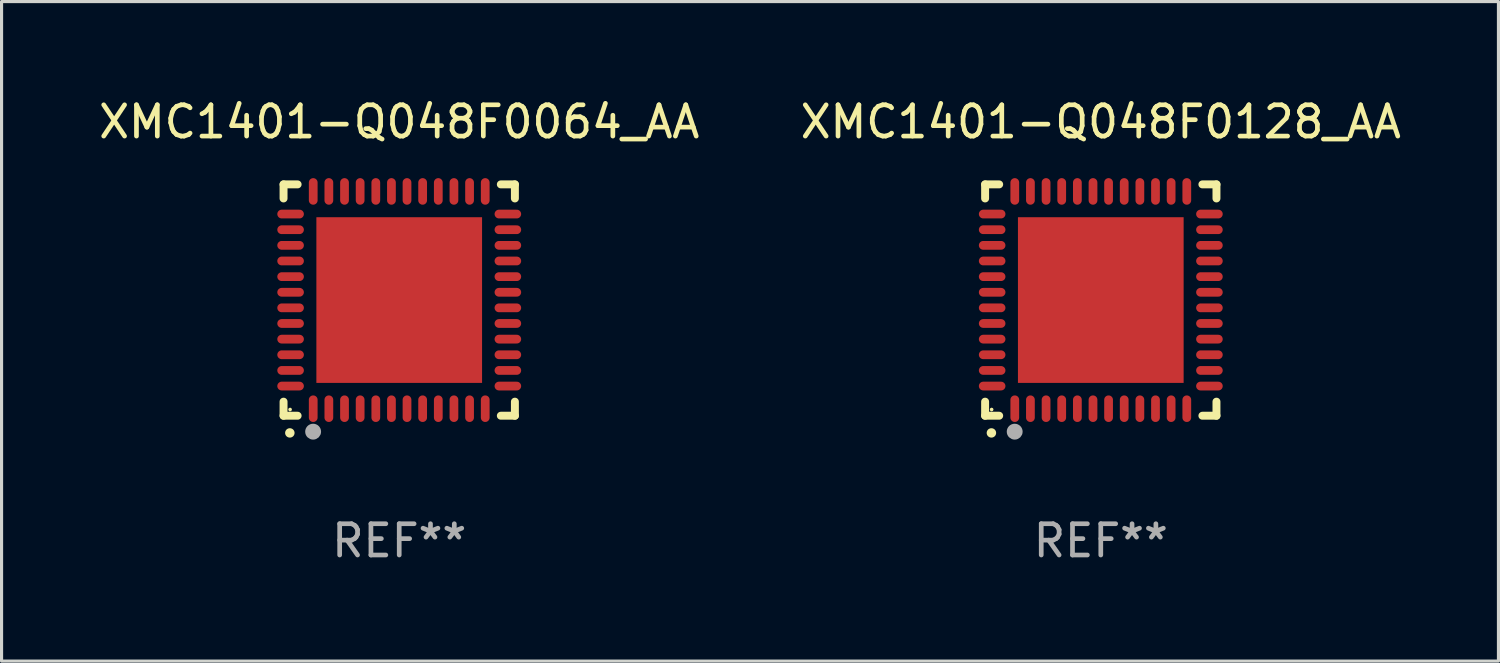
<source format=kicad_pcb>
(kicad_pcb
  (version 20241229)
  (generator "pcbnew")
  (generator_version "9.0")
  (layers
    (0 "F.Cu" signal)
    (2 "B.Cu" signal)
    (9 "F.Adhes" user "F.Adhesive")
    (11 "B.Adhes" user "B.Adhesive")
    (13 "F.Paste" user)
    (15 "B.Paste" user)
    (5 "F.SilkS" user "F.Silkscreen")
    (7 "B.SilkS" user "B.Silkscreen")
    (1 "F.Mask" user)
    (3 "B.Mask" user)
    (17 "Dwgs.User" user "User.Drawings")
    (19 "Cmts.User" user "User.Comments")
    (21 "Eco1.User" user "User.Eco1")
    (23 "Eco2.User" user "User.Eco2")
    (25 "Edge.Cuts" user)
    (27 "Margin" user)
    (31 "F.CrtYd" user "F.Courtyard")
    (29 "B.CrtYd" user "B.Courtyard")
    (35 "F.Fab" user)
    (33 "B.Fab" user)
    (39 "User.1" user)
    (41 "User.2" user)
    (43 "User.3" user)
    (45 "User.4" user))
  (footprint "XMC1401-Q048F0128_AA"
    (layer "F.Cu")
    (at 32.161 6.548)
    (property "Reference" "XMC1401-Q048F0128_AA" (at 0 -5.7 0) (layer "F.SilkS") (effects (font (size 1 1) (thickness 0.15))))
    (attr through_hole)
    (fp_line (start -3.7 -3.7) (end -3.25 -3.7) (stroke (width 0.254) (type solid)) (layer "F.SilkS"))
    (fp_line (start -3.7 -3.25) (end -3.7 -3.7) (stroke (width 0.254) (type solid)) (layer "F.SilkS"))
    (fp_line (start -3.7 3.7) (end -3.7 3.25) (stroke (width 0.254) (type solid)) (layer "F.SilkS"))
    (fp_line (start -3.25 3.7) (end -3.7 3.7) (stroke (width 0.254) (type solid)) (layer "F.SilkS"))
    (fp_line (start 3.25 3.7) (end 3.7 3.7) (stroke (width 0.254) (type solid)) (layer "F.SilkS"))
    (fp_line (start 3.7 -3.7) (end 3.25 -3.7) (stroke (width 0.254) (type solid)) (layer "F.SilkS"))
    (fp_line (start 3.7 -3.25) (end 3.7 -3.7) (stroke (width 0.254) (type solid)) (layer "F.SilkS"))
    (fp_line (start 3.7 3.7) (end 3.7 3.25) (stroke (width 0.254) (type solid)) (layer "F.SilkS"))
    (fp_arc (start -3.500127 4.249428) (mid -3.498857 4.249423) (end -3.497587 4.249428) (stroke (width 0.3) (type solid)) (layer "F.SilkS"))
    (fp_circle (center -3.491 3.501) (end -3.461 3.501) (stroke (width 0.06) (type solid)) (fill no) (layer "F.SilkS"))
    (fp_circle (center -2.754 4.21) (end -2.627 4.21) (stroke (width 0.254) (type solid)) (fill no) (layer "F.Fab"))
    (fp_text user "REF**" (at 0 7.7 0) (layer "F.Fab") (effects (font (size 1 1) (thickness 0.15))))
    (pad "1" smd oval (at -2.751 3.475) (size 0.28 0.85) (layers "F.Cu" "F.Mask" "F.Paste"))
    (pad "2" smd oval (at -2.251 3.475) (size 0.28 0.85) (layers "F.Cu" "F.Mask" "F.Paste"))
    (pad "3" smd oval (at -1.75 3.475) (size 0.28 0.85) (layers "F.Cu" "F.Mask" "F.Paste"))
    (pad "4" smd oval (at -1.25 3.475) (size 0.28 0.85) (layers "F.Cu" "F.Mask" "F.Paste"))
    (pad "5" smd oval (at -0.749 3.475) (size 0.28 0.85) (layers "F.Cu" "F.Mask" "F.Paste"))
    (pad "6" smd oval (at -0.249 3.475) (size 0.28 0.85) (layers "F.Cu" "F.Mask" "F.Paste"))
    (pad "7" smd oval (at 0.249 3.475) (size 0.28 0.85) (layers "F.Cu" "F.Mask" "F.Paste"))
    (pad "8" smd oval (at 0.749 3.475) (size 0.28 0.85) (layers "F.Cu" "F.Mask" "F.Paste"))
    (pad "9" smd oval (at 1.25 3.475) (size 0.28 0.85) (layers "F.Cu" "F.Mask" "F.Paste"))
    (pad "10" smd oval (at 1.75 3.475) (size 0.28 0.85) (layers "F.Cu" "F.Mask" "F.Paste"))
    (pad "11" smd oval (at 2.25 3.475) (size 0.28 0.85) (layers "F.Cu" "F.Mask" "F.Paste"))
    (pad "12" smd oval (at 2.751 3.475) (size 0.28 0.85) (layers "F.Cu" "F.Mask" "F.Paste"))
    (pad "13" smd oval (at 3.475 2.751) (size 0.85 0.28) (layers "F.Cu" "F.Mask" "F.Paste"))
    (pad "14" smd oval (at 3.475 2.251) (size 0.85 0.28) (layers "F.Cu" "F.Mask" "F.Paste"))
    (pad "15" smd oval (at 3.475 1.75) (size 0.85 0.28) (layers "F.Cu" "F.Mask" "F.Paste"))
    (pad "16" smd oval (at 3.475 1.25) (size 0.85 0.28) (layers "F.Cu" "F.Mask" "F.Paste"))
    (pad "17" smd oval (at 3.475 0.749) (size 0.85 0.28) (layers "F.Cu" "F.Mask" "F.Paste"))
    (pad "18" smd oval (at 3.475 0.249) (size 0.85 0.28) (layers "F.Cu" "F.Mask" "F.Paste"))
    (pad "19" smd oval (at 3.475 -0.249) (size 0.85 0.28) (layers "F.Cu" "F.Mask" "F.Paste"))
    (pad "20" smd oval (at 3.475 -0.749) (size 0.85 0.28) (layers "F.Cu" "F.Mask" "F.Paste"))
    (pad "21" smd oval (at 3.475 -1.25) (size 0.85 0.28) (layers "F.Cu" "F.Mask" "F.Paste"))
    (pad "22" smd oval (at 3.475 -1.75) (size 0.85 0.28) (layers "F.Cu" "F.Mask" "F.Paste"))
    (pad "23" smd oval (at 3.475 -2.25) (size 0.85 0.28) (layers "F.Cu" "F.Mask" "F.Paste"))
    (pad "24" smd oval (at 3.475 -2.751) (size 0.85 0.28) (layers "F.Cu" "F.Mask" "F.Paste"))
    (pad "25" smd oval (at 2.751 -3.475) (size 0.28 0.85) (layers "F.Cu" "F.Mask" "F.Paste"))
    (pad "26" smd oval (at 2.25 -3.475) (size 0.28 0.85) (layers "F.Cu" "F.Mask" "F.Paste"))
    (pad "27" smd oval (at 1.75 -3.475) (size 0.28 0.85) (layers "F.Cu" "F.Mask" "F.Paste"))
    (pad "28" smd oval (at 1.25 -3.475) (size 0.28 0.85) (layers "F.Cu" "F.Mask" "F.Paste"))
    (pad "29" smd oval (at 0.749 -3.475) (size 0.28 0.85) (layers "F.Cu" "F.Mask" "F.Paste"))
    (pad "30" smd oval (at 0.249 -3.475) (size 0.28 0.85) (layers "F.Cu" "F.Mask" "F.Paste"))
    (pad "31" smd oval (at -0.249 -3.475) (size 0.28 0.85) (layers "F.Cu" "F.Mask" "F.Paste"))
    (pad "32" smd oval (at -0.749 -3.475) (size 0.28 0.85) (layers "F.Cu" "F.Mask" "F.Paste"))
    (pad "33" smd oval (at -1.25 -3.475) (size 0.28 0.85) (layers "F.Cu" "F.Mask" "F.Paste"))
    (pad "34" smd oval (at -1.75 -3.475) (size 0.28 0.85) (layers "F.Cu" "F.Mask" "F.Paste"))
    (pad "35" smd oval (at -2.251 -3.475) (size 0.28 0.85) (layers "F.Cu" "F.Mask" "F.Paste"))
    (pad "36" smd oval (at -2.751 -3.475) (size 0.28 0.85) (layers "F.Cu" "F.Mask" "F.Paste"))
    (pad "37" smd oval (at -3.475 -2.751) (size 0.85 0.28) (layers "F.Cu" "F.Mask" "F.Paste"))
    (pad "38" smd oval (at -3.475 -2.25) (size 0.85 0.28) (layers "F.Cu" "F.Mask" "F.Paste"))
    (pad "39" smd oval (at -3.475 -1.75) (size 0.85 0.28) (layers "F.Cu" "F.Mask" "F.Paste"))
    (pad "40" smd oval (at -3.475 -1.25) (size 0.85 0.28) (layers "F.Cu" "F.Mask" "F.Paste"))
    (pad "41" smd oval (at -3.475 -0.749) (size 0.85 0.28) (layers "F.Cu" "F.Mask" "F.Paste"))
    (pad "42" smd oval (at -3.475 -0.249) (size 0.85 0.28) (layers "F.Cu" "F.Mask" "F.Paste"))
    (pad "43" smd oval (at -3.475 0.249) (size 0.85 0.28) (layers "F.Cu" "F.Mask" "F.Paste"))
    (pad "44" smd oval (at -3.475 0.749) (size 0.85 0.28) (layers "F.Cu" "F.Mask" "F.Paste"))
    (pad "45" smd oval (at -3.475 1.25) (size 0.85 0.28) (layers "F.Cu" "F.Mask" "F.Paste"))
    (pad "46" smd oval (at -3.475 1.75) (size 0.85 0.28) (layers "F.Cu" "F.Mask" "F.Paste"))
    (pad "47" smd oval (at -3.475 2.251) (size 0.85 0.28) (layers "F.Cu" "F.Mask" "F.Paste"))
    (pad "48" smd oval (at -3.475 2.751) (size 0.85 0.28) (layers "F.Cu" "F.Mask" "F.Paste"))
    (pad "49" smd rect (at -0.000102 0.000102) (size 5.3 5.3) (layers "F.Cu" "F.Mask" "F.Paste")))
  (footprint "XMC1401-Q048F0064_AA"
    (layer "F.Cu")
    (at 9.72 6.548)
    (property "Reference" "XMC1401-Q048F0064_AA" (at 0 -5.7 0) (layer "F.SilkS") (effects (font (size 1 1) (thickness 0.15))))
    (attr through_hole)
    (fp_line (start -3.7 -3.7) (end -3.25 -3.7) (stroke (width 0.254) (type solid)) (layer "F.SilkS"))
    (fp_line (start -3.7 -3.25) (end -3.7 -3.7) (stroke (width 0.254) (type solid)) (layer "F.SilkS"))
    (fp_line (start -3.7 3.7) (end -3.7 3.25) (stroke (width 0.254) (type solid)) (layer "F.SilkS"))
    (fp_line (start -3.25 3.7) (end -3.7 3.7) (stroke (width 0.254) (type solid)) (layer "F.SilkS"))
    (fp_line (start 3.25 3.7) (end 3.7 3.7) (stroke (width 0.254) (type solid)) (layer "F.SilkS"))
    (fp_line (start 3.7 -3.7) (end 3.25 -3.7) (stroke (width 0.254) (type solid)) (layer "F.SilkS"))
    (fp_line (start 3.7 -3.25) (end 3.7 -3.7) (stroke (width 0.254) (type solid)) (layer "F.SilkS"))
    (fp_line (start 3.7 3.7) (end 3.7 3.25) (stroke (width 0.254) (type solid)) (layer "F.SilkS"))
    (fp_arc (start -3.500127 4.249428) (mid -3.498857 4.249423) (end -3.497587 4.249428) (stroke (width 0.3) (type solid)) (layer "F.SilkS"))
    (fp_circle (center -3.491 3.501) (end -3.461 3.501) (stroke (width 0.06) (type solid)) (fill no) (layer "F.SilkS"))
    (fp_circle (center -2.754 4.21) (end -2.627 4.21) (stroke (width 0.254) (type solid)) (fill no) (layer "F.Fab"))
    (fp_text user "REF**" (at 0 7.7 0) (layer "F.Fab") (effects (font (size 1 1) (thickness 0.15))))
    (pad "1" smd oval (at -2.751 3.475) (size 0.28 0.85) (layers "F.Cu" "F.Mask" "F.Paste"))
    (pad "2" smd oval (at -2.251 3.475) (size 0.28 0.85) (layers "F.Cu" "F.Mask" "F.Paste"))
    (pad "3" smd oval (at -1.75 3.475) (size 0.28 0.85) (layers "F.Cu" "F.Mask" "F.Paste"))
    (pad "4" smd oval (at -1.25 3.475) (size 0.28 0.85) (layers "F.Cu" "F.Mask" "F.Paste"))
    (pad "5" smd oval (at -0.749 3.475) (size 0.28 0.85) (layers "F.Cu" "F.Mask" "F.Paste"))
    (pad "6" smd oval (at -0.249 3.475) (size 0.28 0.85) (layers "F.Cu" "F.Mask" "F.Paste"))
    (pad "7" smd oval (at 0.249 3.475) (size 0.28 0.85) (layers "F.Cu" "F.Mask" "F.Paste"))
    (pad "8" smd oval (at 0.749 3.475) (size 0.28 0.85) (layers "F.Cu" "F.Mask" "F.Paste"))
    (pad "9" smd oval (at 1.25 3.475) (size 0.28 0.85) (layers "F.Cu" "F.Mask" "F.Paste"))
    (pad "10" smd oval (at 1.75 3.475) (size 0.28 0.85) (layers "F.Cu" "F.Mask" "F.Paste"))
    (pad "11" smd oval (at 2.25 3.475) (size 0.28 0.85) (layers "F.Cu" "F.Mask" "F.Paste"))
    (pad "12" smd oval (at 2.751 3.475) (size 0.28 0.85) (layers "F.Cu" "F.Mask" "F.Paste"))
    (pad "13" smd oval (at 3.475 2.751) (size 0.85 0.28) (layers "F.Cu" "F.Mask" "F.Paste"))
    (pad "14" smd oval (at 3.475 2.251) (size 0.85 0.28) (layers "F.Cu" "F.Mask" "F.Paste"))
    (pad "15" smd oval (at 3.475 1.75) (size 0.85 0.28) (layers "F.Cu" "F.Mask" "F.Paste"))
    (pad "16" smd oval (at 3.475 1.25) (size 0.85 0.28) (layers "F.Cu" "F.Mask" "F.Paste"))
    (pad "17" smd oval (at 3.475 0.749) (size 0.85 0.28) (layers "F.Cu" "F.Mask" "F.Paste"))
    (pad "18" smd oval (at 3.475 0.249) (size 0.85 0.28) (layers "F.Cu" "F.Mask" "F.Paste"))
    (pad "19" smd oval (at 3.475 -0.249) (size 0.85 0.28) (layers "F.Cu" "F.Mask" "F.Paste"))
    (pad "20" smd oval (at 3.475 -0.749) (size 0.85 0.28) (layers "F.Cu" "F.Mask" "F.Paste"))
    (pad "21" smd oval (at 3.475 -1.25) (size 0.85 0.28) (layers "F.Cu" "F.Mask" "F.Paste"))
    (pad "22" smd oval (at 3.475 -1.75) (size 0.85 0.28) (layers "F.Cu" "F.Mask" "F.Paste"))
    (pad "23" smd oval (at 3.475 -2.25) (size 0.85 0.28) (layers "F.Cu" "F.Mask" "F.Paste"))
    (pad "24" smd oval (at 3.475 -2.751) (size 0.85 0.28) (layers "F.Cu" "F.Mask" "F.Paste"))
    (pad "25" smd oval (at 2.751 -3.475) (size 0.28 0.85) (layers "F.Cu" "F.Mask" "F.Paste"))
    (pad "26" smd oval (at 2.25 -3.475) (size 0.28 0.85) (layers "F.Cu" "F.Mask" "F.Paste"))
    (pad "27" smd oval (at 1.75 -3.475) (size 0.28 0.85) (layers "F.Cu" "F.Mask" "F.Paste"))
    (pad "28" smd oval (at 1.25 -3.475) (size 0.28 0.85) (layers "F.Cu" "F.Mask" "F.Paste"))
    (pad "29" smd oval (at 0.749 -3.475) (size 0.28 0.85) (layers "F.Cu" "F.Mask" "F.Paste"))
    (pad "30" smd oval (at 0.249 -3.475) (size 0.28 0.85) (layers "F.Cu" "F.Mask" "F.Paste"))
    (pad "31" smd oval (at -0.249 -3.475) (size 0.28 0.85) (layers "F.Cu" "F.Mask" "F.Paste"))
    (pad "32" smd oval (at -0.749 -3.475) (size 0.28 0.85) (layers "F.Cu" "F.Mask" "F.Paste"))
    (pad "33" smd oval (at -1.25 -3.475) (size 0.28 0.85) (layers "F.Cu" "F.Mask" "F.Paste"))
    (pad "34" smd oval (at -1.75 -3.475) (size 0.28 0.85) (layers "F.Cu" "F.Mask" "F.Paste"))
    (pad "35" smd oval (at -2.251 -3.475) (size 0.28 0.85) (layers "F.Cu" "F.Mask" "F.Paste"))
    (pad "36" smd oval (at -2.751 -3.475) (size 0.28 0.85) (layers "F.Cu" "F.Mask" "F.Paste"))
    (pad "37" smd oval (at -3.475 -2.751) (size 0.85 0.28) (layers "F.Cu" "F.Mask" "F.Paste"))
    (pad "38" smd oval (at -3.475 -2.25) (size 0.85 0.28) (layers "F.Cu" "F.Mask" "F.Paste"))
    (pad "39" smd oval (at -3.475 -1.75) (size 0.85 0.28) (layers "F.Cu" "F.Mask" "F.Paste"))
    (pad "40" smd oval (at -3.475 -1.25) (size 0.85 0.28) (layers "F.Cu" "F.Mask" "F.Paste"))
    (pad "41" smd oval (at -3.475 -0.749) (size 0.85 0.28) (layers "F.Cu" "F.Mask" "F.Paste"))
    (pad "42" smd oval (at -3.475 -0.249) (size 0.85 0.28) (layers "F.Cu" "F.Mask" "F.Paste"))
    (pad "43" smd oval (at -3.475 0.249) (size 0.85 0.28) (layers "F.Cu" "F.Mask" "F.Paste"))
    (pad "44" smd oval (at -3.475 0.749) (size 0.85 0.28) (layers "F.Cu" "F.Mask" "F.Paste"))
    (pad "45" smd oval (at -3.475 1.25) (size 0.85 0.28) (layers "F.Cu" "F.Mask" "F.Paste"))
    (pad "46" smd oval (at -3.475 1.75) (size 0.85 0.28) (layers "F.Cu" "F.Mask" "F.Paste"))
    (pad "47" smd oval (at -3.475 2.251) (size 0.85 0.28) (layers "F.Cu" "F.Mask" "F.Paste"))
    (pad "48" smd oval (at -3.475 2.751) (size 0.85 0.28) (layers "F.Cu" "F.Mask" "F.Paste"))
    (pad "49" smd rect (at -0.000102 0.000102) (size 5.3 5.3) (layers "F.Cu" "F.Mask" "F.Paste")))
  (gr_rect
    (start -3 -3)
    (end 44.881 18.097)
    (stroke (width 0.1) (type default))
    (fill no)
    (layer "Edge.Cuts")))
</source>
